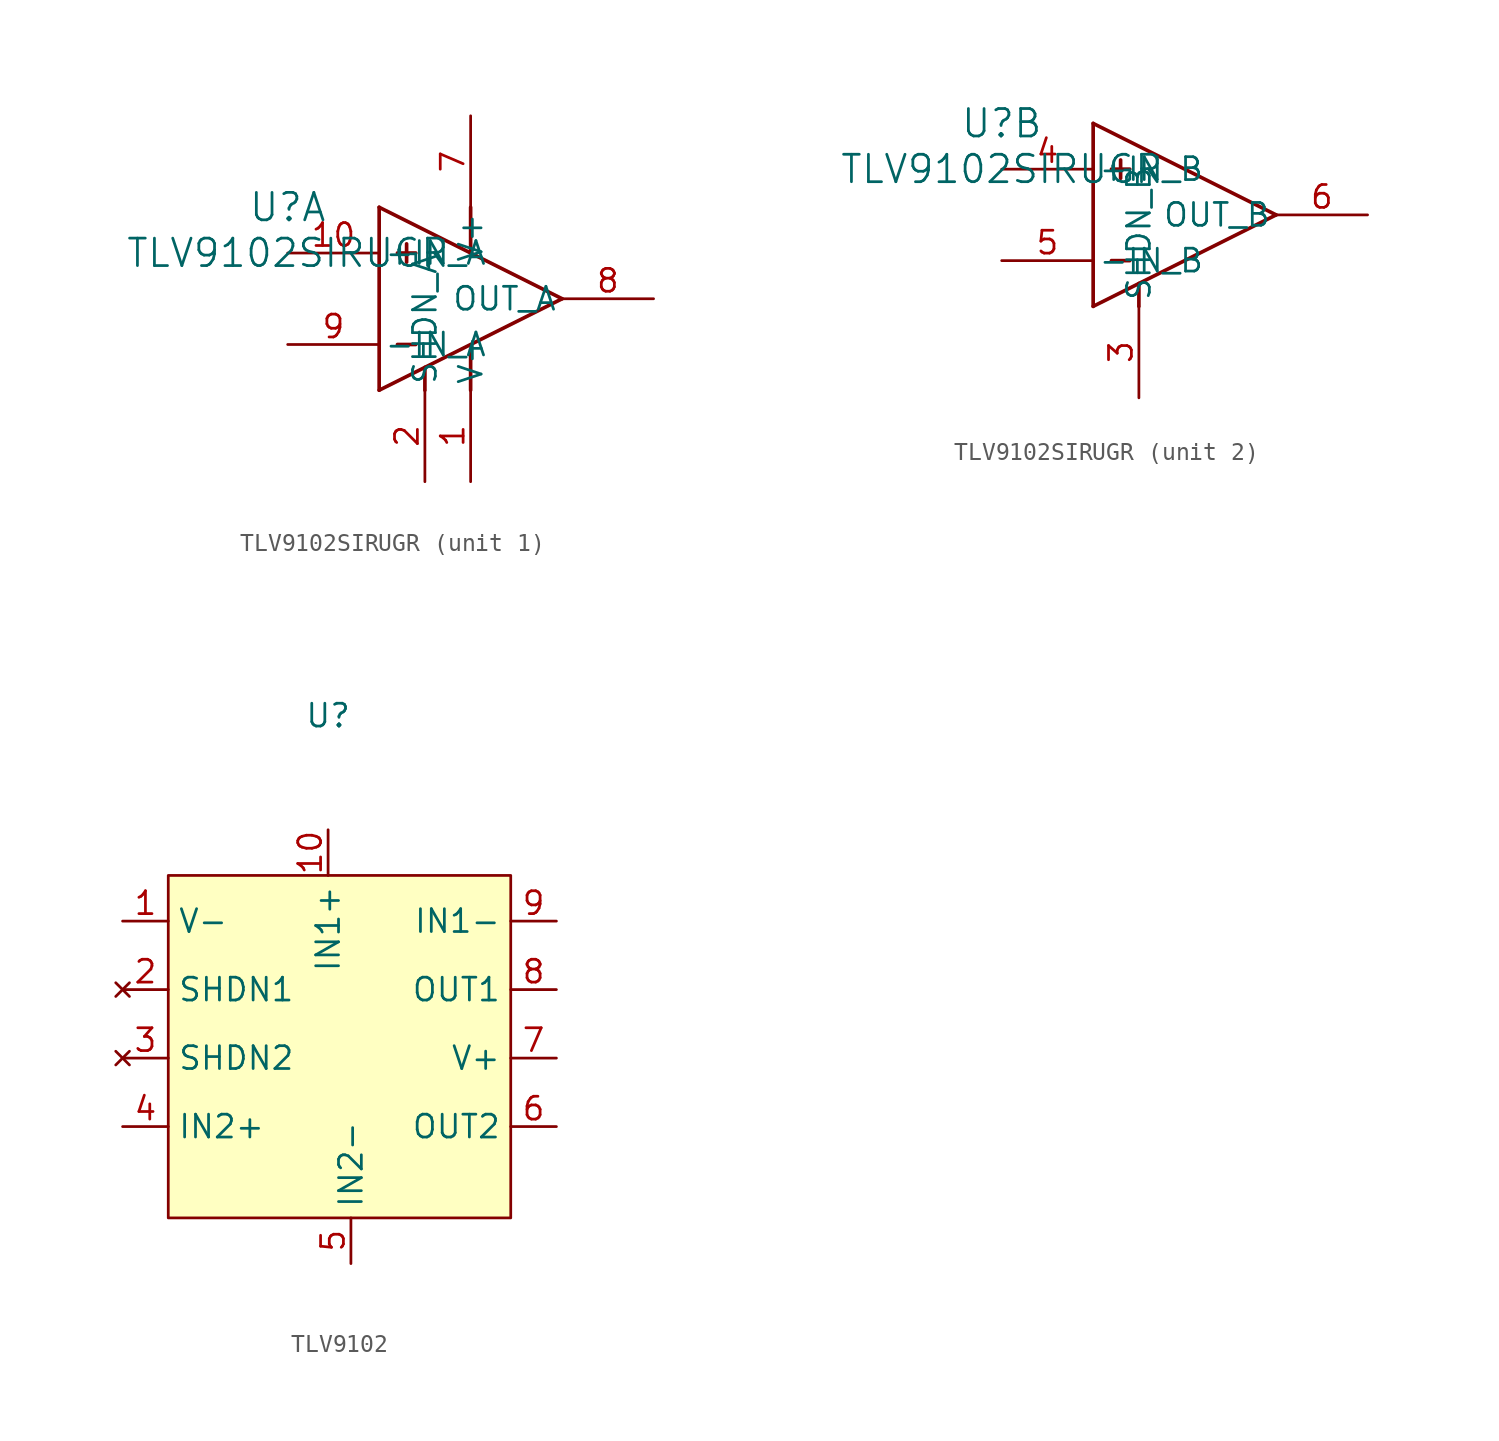
<source format=kicad_sym>
(kicad_symbol_lib
  (version 20220914)
  (generator kicad_symbol_editor)
  (symbol "TLV9102SIRUGR"
    (pin_names
      (offset 0.254))
    (property "Reference" "U"
      (at 0 2.54 0)
      (effects (font (size 1.524 1.524))))
    (property "Value" "TLV9102SIRUGR"
      (at 0 0 0)
      (effects (font (size 1.524 1.524))))
    (property "ki_locked" ""
      (at 0 0 0)
      (effects (font (size 1.27 1.27))))
    (symbol "TLV9102SIRUGR_1_1"
      (polyline (pts (xy 5.08 -7.62) (xy 5.08 2.54)) (stroke (width 0.203) (type default)) (fill (type none)))
      (polyline (pts (xy 5.08 -7.62) (xy 15.24 -2.54)) (stroke (width 0.203) (type default)) (fill (type none)))
      (polyline (pts (xy 5.08 2.54) (xy 15.24 -2.54)) (stroke (width 0.203) (type default)) (fill (type none)))
      (polyline (pts (xy 6.096 -5.08) (xy 7.112 -5.08)) (stroke (width 0.203) (type default)) (fill (type none)))
      (polyline (pts (xy 6.096 0) (xy 7.112 0)) (stroke (width 0.203) (type default)) (fill (type none)))
      (polyline (pts (xy 6.604 0.508) (xy 6.604 -0.508)) (stroke (width 0.203) (type default)) (fill (type none)))
      (polyline (pts (xy 7.62 -6.35) (xy 7.62 -7.62)) (stroke (width 0.203) (type default)) (fill (type none)))
      (polyline (pts (xy 10.16 -5.334) (xy 10.16 -7.62)) (stroke (width 0.203) (type default)) (fill (type none)))
      (polyline (pts (xy 10.16 0) (xy 10.16 2.54)) (stroke (width 0.203) (type default)) (fill (type none)))
      (pin power_in line (at 10.16 -12.7 90) (length 5.08) (name "V-" (effects (font (size 1.27 1.27)))) (number "1" (effects (font (size 1.27 1.27)))))
      (pin tri_state line (at 0 0 0) (length 5.08) (name "+IN_A" (effects (font (size 1.27 1.27)))) (number "10" (effects (font (size 1.27 1.27)))))
      (pin input line (at 7.62 -12.7 90) (length 5.08) (name "SHDN_A" (effects (font (size 1.27 1.27)))) (number "2" (effects (font (size 1.27 1.27)))))
      (pin power_in line (at 10.16 7.62 270) (length 5.08) (name "V+" (effects (font (size 1.27 1.27)))) (number "7" (effects (font (size 1.27 1.27)))))
      (pin unspecified line (at 20.32 -2.54 180) (length 5.08) (name "OUT_A" (effects (font (size 1.27 1.27)))) (number "8" (effects (font (size 1.27 1.27)))))
      (pin tri_state line (at 0 -5.08 0) (length 5.08) (name "-IN_A" (effects (font (size 1.27 1.27)))) (number "9" (effects (font (size 1.27 1.27))))))
    (symbol "TLV9102SIRUGR_2_1"
      (polyline (pts (xy 5.08 -7.62) (xy 5.08 2.54)) (stroke (width 0.203) (type default)) (fill (type none)))
      (polyline (pts (xy 5.08 -7.62) (xy 15.24 -2.54)) (stroke (width 0.203) (type default)) (fill (type none)))
      (polyline (pts (xy 5.08 2.54) (xy 15.24 -2.54)) (stroke (width 0.203) (type default)) (fill (type none)))
      (polyline (pts (xy 6.096 -5.08) (xy 7.112 -5.08)) (stroke (width 0.203) (type default)) (fill (type none)))
      (polyline (pts (xy 6.096 0) (xy 7.112 0)) (stroke (width 0.203) (type default)) (fill (type none)))
      (polyline (pts (xy 6.604 0.508) (xy 6.604 -0.508)) (stroke (width 0.203) (type default)) (fill (type none)))
      (polyline (pts (xy 7.62 -6.35) (xy 7.62 -7.62)) (stroke (width 0.203) (type default)) (fill (type none)))
      (pin input line (at 7.62 -12.7 90) (length 5.08) (name "SHDN_B" (effects (font (size 1.27 1.27)))) (number "3" (effects (font (size 1.27 1.27)))))
      (pin tri_state line (at 0 0 0) (length 5.08) (name "+IN_B" (effects (font (size 1.27 1.27)))) (number "4" (effects (font (size 1.27 1.27)))))
      (pin tri_state line (at 0 -5.08 0) (length 5.08) (name "-IN_B" (effects (font (size 1.27 1.27)))) (number "5" (effects (font (size 1.27 1.27)))))
      (pin unspecified line (at 20.32 -2.54 180) (length 5.08) (name "OUT_B" (effects (font (size 1.27 1.27)))) (number "6" (effects (font (size 1.27 1.27)))))))
  (symbol "TLV9102"
    (property "Reference" "U"
      (at 8.89 8.89 0)
      (effects (font (size 1.27 1.27))))
    (property "Value" ""
      (at 0 0 0)
      (effects (font (size 1.27 1.27))))
    (symbol "TLV9102_1_1"
      (rectangle (start 0 0) (end 19.05 -19.05) (stroke (width 0) (type default)) (fill (type background)))
      (pin power_in line (at -2.54 -2.54 0) (length 2.54) (name "V-" (effects (font (size 1.27 1.27)))) (number "1" (effects (font (size 1.27 1.27)))))
      (pin input line (at 8.89 2.54 270) (length 2.54) (name "IN1+" (effects (font (size 1.27 1.27)))) (number "10" (effects (font (size 1.27 1.27)))))
      (pin no_connect line (at -2.54 -6.35 0) (length 2.54) (name "SHDN1" (effects (font (size 1.27 1.27)))) (number "2" (effects (font (size 1.27 1.27)))))
      (pin no_connect line (at -2.54 -10.16 0) (length 2.54) (name "SHDN2" (effects (font (size 1.27 1.27)))) (number "3" (effects (font (size 1.27 1.27)))))
      (pin input line (at -2.54 -13.97 0) (length 2.54) (name "IN2+" (effects (font (size 1.27 1.27)))) (number "4" (effects (font (size 1.27 1.27)))))
      (pin input line (at 10.16 -21.59 90) (length 2.54) (name "IN2-" (effects (font (size 1.27 1.27)))) (number "5" (effects (font (size 1.27 1.27)))))
      (pin output line (at 21.59 -13.97 180) (length 2.54) (name "OUT2" (effects (font (size 1.27 1.27)))) (number "6" (effects (font (size 1.27 1.27)))))
      (pin power_in line (at 21.59 -10.16 180) (length 2.54) (name "V+" (effects (font (size 1.27 1.27)))) (number "7" (effects (font (size 1.27 1.27)))))
      (pin output line (at 21.59 -6.35 180) (length 2.54) (name "OUT1" (effects (font (size 1.27 1.27)))) (number "8" (effects (font (size 1.27 1.27)))))
      (pin input line (at 21.59 -2.54 180) (length 2.54) (name "IN1-" (effects (font (size 1.27 1.27)))) (number "9" (effects (font (size 1.27 1.27))))))))
</source>
